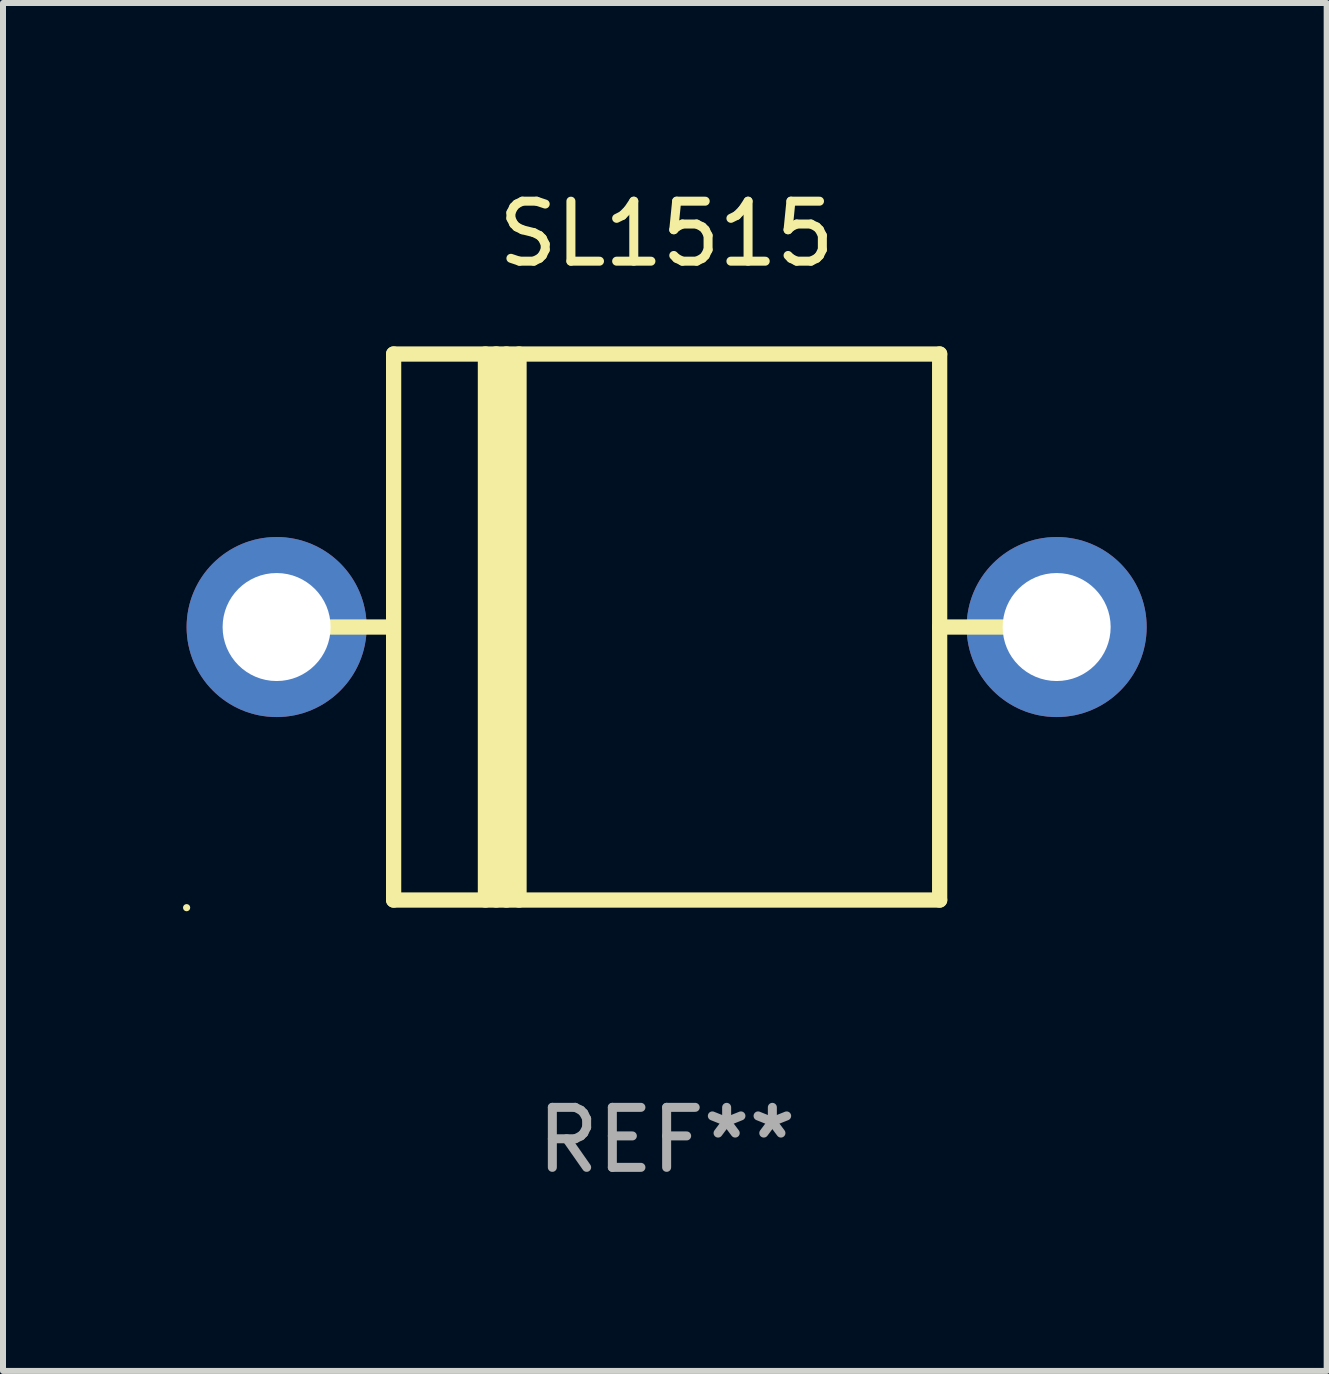
<source format=kicad_pcb>
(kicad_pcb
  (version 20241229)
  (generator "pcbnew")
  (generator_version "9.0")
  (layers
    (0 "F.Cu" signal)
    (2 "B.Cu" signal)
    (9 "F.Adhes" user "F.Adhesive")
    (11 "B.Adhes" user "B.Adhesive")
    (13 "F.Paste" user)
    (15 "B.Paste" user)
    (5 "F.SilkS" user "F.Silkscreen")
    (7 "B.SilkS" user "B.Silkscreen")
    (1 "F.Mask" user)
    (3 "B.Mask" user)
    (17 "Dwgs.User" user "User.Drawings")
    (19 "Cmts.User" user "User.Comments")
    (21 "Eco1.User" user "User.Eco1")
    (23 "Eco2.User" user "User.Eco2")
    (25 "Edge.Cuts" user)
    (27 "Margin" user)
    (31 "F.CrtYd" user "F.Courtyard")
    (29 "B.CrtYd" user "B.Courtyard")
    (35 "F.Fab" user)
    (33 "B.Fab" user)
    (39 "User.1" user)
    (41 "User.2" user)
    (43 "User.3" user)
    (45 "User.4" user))
  (footprint "SL1515"
    (layer "F.Cu")
    (at 8.06 7.399)
    (property "Reference" "SL1515" (at 0 -6.551 0) (layer "F.SilkS") (effects (font (size 1 1) (thickness 0.15))))
    (attr through_hole)
    (fp_line (start -4.58 0.001) (end -5.6 0.001) (stroke (width 0.254) (type solid)) (layer "F.SilkS"))
    (fp_line (start -4.55 -4.549) (end 4.55 -4.549) (stroke (width 0.254) (type solid)) (layer "F.SilkS"))
    (fp_line (start -4.55 -4.55) (end -4.55 4.551) (stroke (width 0.254) (type solid)) (layer "F.SilkS"))
    (fp_line (start -3.02 -4.55) (end -3.02 4.551) (stroke (width 0.254) (type solid)) (layer "F.SilkS"))
    (fp_line (start -2.841 -4.551) (end -2.841 4.55) (stroke (width 0.254) (type solid)) (layer "F.SilkS"))
    (fp_line (start -2.67 -4.55) (end -2.67 4.551) (stroke (width 0.254) (type solid)) (layer "F.SilkS"))
    (fp_line (start -2.46 -4.55) (end -2.46 4.551) (stroke (width 0.254) (type solid)) (layer "F.SilkS"))
    (fp_line (start 4.55 4.551) (end -4.55 4.551) (stroke (width 0.254) (type solid)) (layer "F.SilkS"))
    (fp_line (start 4.55 4.551) (end 4.55 -4.55) (stroke (width 0.254) (type solid)) (layer "F.SilkS"))
    (fp_line (start 5.6 0.001) (end 4.55 0.001) (stroke (width 0.254) (type solid)) (layer "F.SilkS"))
    (fp_circle (center -8 4.678) (end -7.97 4.678) (stroke (width 0.06) (type solid)) (fill no) (layer "F.SilkS"))
    (fp_text user "REF**" (at 0 8.551 0) (layer "F.Fab") (effects (font (size 1 1) (thickness 0.15))))
    (pad "1" thru_hole circle (at -6.5 0.001) (size 3 3) (drill 1.8) (layers "*.Cu" "*.Mask"))
    (pad "2" thru_hole circle (at 6.5 0.001) (size 3 3) (drill 1.8) (layers "*.Cu" "*.Mask")))
  (gr_rect
    (start -3 -3)
    (end 19.06 19.798)
    (stroke (width 0.1) (type default))
    (fill no)
    (layer "Edge.Cuts")))
</source>
